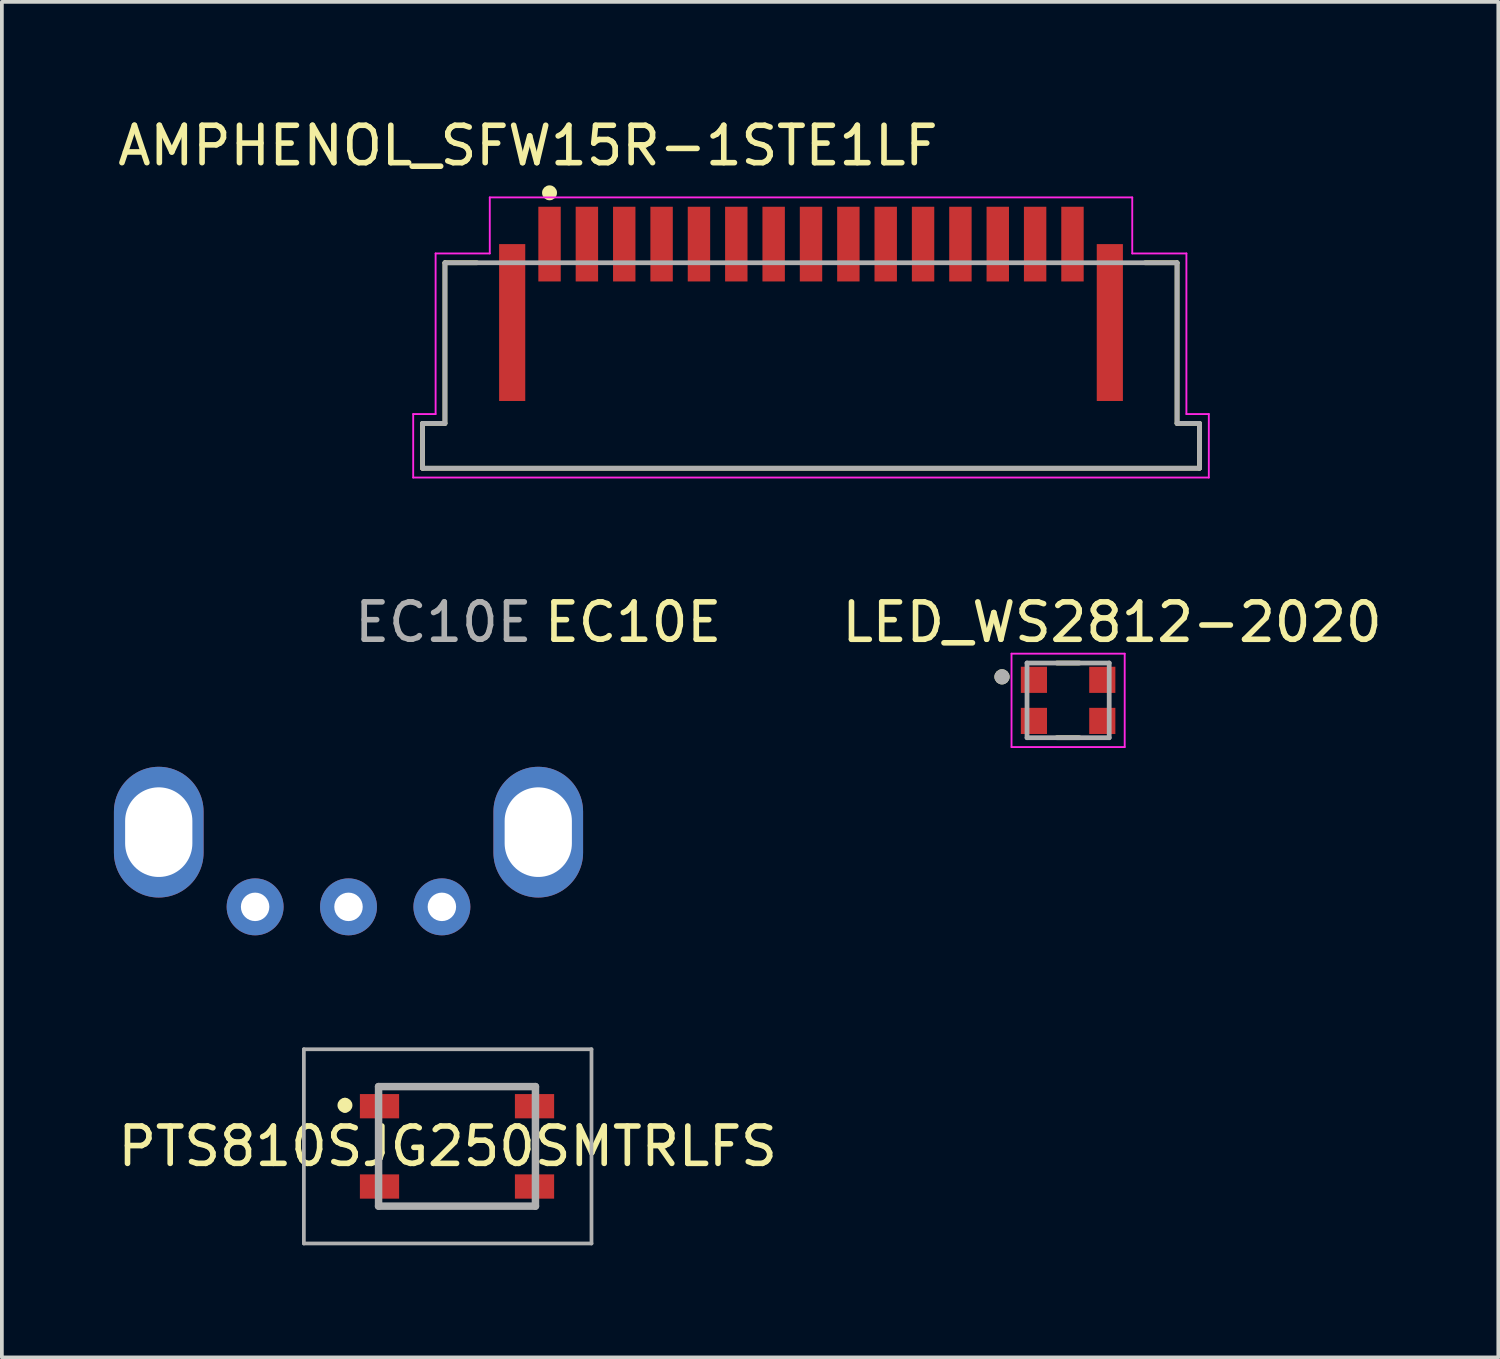
<source format=kicad_pcb>
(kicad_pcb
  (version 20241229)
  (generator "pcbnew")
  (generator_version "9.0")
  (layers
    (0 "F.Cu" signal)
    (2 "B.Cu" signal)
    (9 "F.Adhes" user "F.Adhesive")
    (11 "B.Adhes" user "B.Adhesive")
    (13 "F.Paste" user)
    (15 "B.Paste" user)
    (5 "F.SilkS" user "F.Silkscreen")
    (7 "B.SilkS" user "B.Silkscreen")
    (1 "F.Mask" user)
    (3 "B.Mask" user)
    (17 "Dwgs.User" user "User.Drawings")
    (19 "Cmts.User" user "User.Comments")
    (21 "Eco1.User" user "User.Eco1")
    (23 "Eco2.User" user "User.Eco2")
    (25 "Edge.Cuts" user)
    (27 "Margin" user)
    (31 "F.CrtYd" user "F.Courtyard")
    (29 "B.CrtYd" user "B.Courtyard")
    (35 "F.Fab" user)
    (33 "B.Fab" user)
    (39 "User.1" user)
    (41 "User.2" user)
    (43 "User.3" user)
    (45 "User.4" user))
  (footprint "PTS810SJG250SMTRLFS"
    (layer "F.Cu")
    (at 9.185 27.64)
    (property "Reference" "PTS810SJG250SMTRLFS" (at -0.25 0 0) (layer "F.SilkS") (effects (font (size 1 1) (thickness 0.15))))
    (attr through_hole)
    (fp_line (start -2.1 -1.6) (end 2.075 -1.6) (stroke (width 0.1) (type solid)) (layer "F.SilkS"))
    (fp_line (start -2.1 1.6) (end 2.075 1.6) (stroke (width 0.1) (type solid)) (layer "F.SilkS"))
    (fp_arc (start -3 -1.2) (mid -2.9 -1.1) (end -3 -1) (stroke (width 0.2) (type solid)) (layer "F.SilkS"))
    (fp_arc (start -3 -1) (mid -3.1 -1.1) (end -3 -1.2) (stroke (width 0.2) (type solid)) (layer "F.SilkS"))
    (fp_line (start -4.1 -2.6) (end 3.6 -2.6) (stroke (width 0.1) (type solid)) (layer "F.Fab"))
    (fp_line (start -4.1 2.6) (end -4.1 -2.6) (stroke (width 0.1) (type solid)) (layer "F.Fab"))
    (fp_line (start -2.1 -1.6) (end 2.1 -1.6) (stroke (width 0.2) (type solid)) (layer "F.Fab"))
    (fp_line (start -2.1 1.6) (end -2.1 -1.6) (stroke (width 0.2) (type solid)) (layer "F.Fab"))
    (fp_line (start 2.1 -1.6) (end 2.1 1.6) (stroke (width 0.2) (type solid)) (layer "F.Fab"))
    (fp_line (start 2.1 1.6) (end -2.1 1.6) (stroke (width 0.2) (type solid)) (layer "F.Fab"))
    (fp_line (start 3.6 -2.6) (end 3.6 2.6) (stroke (width 0.1) (type solid)) (layer "F.Fab"))
    (fp_line (start 3.6 2.6) (end -4.1 2.6) (stroke (width 0.1) (type solid)) (layer "F.Fab"))
    (pad "1" smd rect (at -2.075 -1.075) (size 1.05 0.65) (layers "F.Cu" "F.Mask" "F.Paste"))
    (pad "2" smd rect (at 2.075 -1.075) (size 1.05 0.65) (layers "F.Cu" "F.Mask" "F.Paste"))
    (pad "3" smd rect (at -2.075 1.075) (size 1.05 0.65) (layers "F.Cu" "F.Mask" "F.Paste"))
    (pad "4" smd rect (at 2.075 1.075) (size 1.05 0.65) (layers "F.Cu" "F.Mask" "F.Paste")))
  (footprint "AMPHENOL_SFW15R-1STE1LF"
    (layer "F.Cu")
    (at 18.662 3.485)
    (property "Reference" "AMPHENOL_SFW15R-1STE1LF" (at -7.579 -2.636 0) (layer "F.SilkS") (effects (font (size 1.001 1.001) (thickness 0.15))))
    (attr through_hole)
    (fp_line (start -10.4 4.8) (end -9.8 4.8) (stroke (width 0.127) (type solid)) (layer "F.SilkS"))
    (fp_line (start -10.4 6) (end -10.4 4.8) (stroke (width 0.127) (type solid)) (layer "F.SilkS"))
    (fp_line (start -9.8 0.5) (end -8.946 0.5) (stroke (width 0.127) (type solid)) (layer "F.SilkS"))
    (fp_line (start -9.8 4.8) (end -9.8 0.5) (stroke (width 0.127) (type solid)) (layer "F.SilkS"))
    (fp_line (start 9.8 0.5) (end 8.946 0.5) (stroke (width 0.127) (type solid)) (layer "F.SilkS"))
    (fp_line (start 9.8 0.5) (end 9.8 4.8) (stroke (width 0.127) (type solid)) (layer "F.SilkS"))
    (fp_line (start 9.8 4.8) (end 10.4 4.8) (stroke (width 0.127) (type solid)) (layer "F.SilkS"))
    (fp_line (start 10.4 4.8) (end 10.4 6) (stroke (width 0.127) (type solid)) (layer "F.SilkS"))
    (fp_line (start 10.4 6) (end -10.4 6) (stroke (width 0.127) (type solid)) (layer "F.SilkS"))
    (fp_circle (center -7 -1.373) (end -6.9 -1.373) (stroke (width 0.2) (type solid)) (fill no) (layer "F.SilkS"))
    (fp_line (start -10.65 4.55) (end -10.05 4.55) (stroke (width 0.05) (type solid)) (layer "F.CrtYd"))
    (fp_line (start -10.65 6.25) (end -10.65 4.55) (stroke (width 0.05) (type solid)) (layer "F.CrtYd"))
    (fp_line (start -10.05 0.25) (end -8.6 0.25) (stroke (width 0.05) (type solid)) (layer "F.CrtYd"))
    (fp_line (start -10.05 4.55) (end -10.05 0.25) (stroke (width 0.05) (type solid)) (layer "F.CrtYd"))
    (fp_line (start -8.6 -1.25) (end 8.6 -1.25) (stroke (width 0.05) (type solid)) (layer "F.CrtYd"))
    (fp_line (start -8.6 0.25) (end -8.6 -1.25) (stroke (width 0.05) (type solid)) (layer "F.CrtYd"))
    (fp_line (start 8.6 -1.25) (end 8.6 0.25) (stroke (width 0.05) (type solid)) (layer "F.CrtYd"))
    (fp_line (start 8.6 0.25) (end 10.05 0.25) (stroke (width 0.05) (type solid)) (layer "F.CrtYd"))
    (fp_line (start 10.05 0.25) (end 10.05 4.55) (stroke (width 0.05) (type solid)) (layer "F.CrtYd"))
    (fp_line (start 10.05 4.55) (end 10.65 4.55) (stroke (width 0.05) (type solid)) (layer "F.CrtYd"))
    (fp_line (start 10.65 4.55) (end 10.65 6.25) (stroke (width 0.05) (type solid)) (layer "F.CrtYd"))
    (fp_line (start 10.65 6.25) (end -10.65 6.25) (stroke (width 0.05) (type solid)) (layer "F.CrtYd"))
    (fp_line (start -10.4 4.8) (end -9.8 4.8) (stroke (width 0.127) (type solid)) (layer "F.Fab"))
    (fp_line (start -10.4 6) (end -10.4 4.8) (stroke (width 0.127) (type solid)) (layer "F.Fab"))
    (fp_line (start -9.8 0.5) (end 9.8 0.5) (stroke (width 0.127) (type solid)) (layer "F.Fab"))
    (fp_line (start -9.8 4.8) (end -9.8 0.5) (stroke (width 0.127) (type solid)) (layer "F.Fab"))
    (fp_line (start 9.8 0.5) (end 9.8 4.8) (stroke (width 0.127) (type solid)) (layer "F.Fab"))
    (fp_line (start 9.8 4.8) (end 10.4 4.8) (stroke (width 0.127) (type solid)) (layer "F.Fab"))
    (fp_line (start 10.4 4.8) (end 10.4 6) (stroke (width 0.127) (type solid)) (layer "F.Fab"))
    (fp_line (start 10.4 6) (end -10.4 6) (stroke (width 0.127) (type solid)) (layer "F.Fab"))
    (pad "1" smd rect (at -7 0) (size 0.6 2) (layers "F.Cu" "F.Mask" "F.Paste"))
    (pad "2" smd rect (at -6 0) (size 0.6 2) (layers "F.Cu" "F.Mask" "F.Paste"))
    (pad "3" smd rect (at -5 0) (size 0.6 2) (layers "F.Cu" "F.Mask" "F.Paste"))
    (pad "4" smd rect (at -4 0) (size 0.6 2) (layers "F.Cu" "F.Mask" "F.Paste"))
    (pad "5" smd rect (at -3 0) (size 0.6 2) (layers "F.Cu" "F.Mask" "F.Paste"))
    (pad "6" smd rect (at -2 0) (size 0.6 2) (layers "F.Cu" "F.Mask" "F.Paste"))
    (pad "7" smd rect (at -1 0) (size 0.6 2) (layers "F.Cu" "F.Mask" "F.Paste"))
    (pad "8" smd rect (at 0 0) (size 0.6 2) (layers "F.Cu" "F.Mask" "F.Paste"))
    (pad "9" smd rect (at 1 0) (size 0.6 2) (layers "F.Cu" "F.Mask" "F.Paste"))
    (pad "10" smd rect (at 2 0) (size 0.6 2) (layers "F.Cu" "F.Mask" "F.Paste"))
    (pad "11" smd rect (at 3 0) (size 0.6 2) (layers "F.Cu" "F.Mask" "F.Paste"))
    (pad "12" smd rect (at 4 0) (size 0.6 2) (layers "F.Cu" "F.Mask" "F.Paste"))
    (pad "13" smd rect (at 5 0) (size 0.6 2) (layers "F.Cu" "F.Mask" "F.Paste"))
    (pad "14" smd rect (at 6 0) (size 0.6 2) (layers "F.Cu" "F.Mask" "F.Paste"))
    (pad "15" smd rect (at 7 0) (size 0.6 2) (layers "F.Cu" "F.Mask" "F.Paste"))
    (pad "S1" smd rect (at -8 2.1) (size 0.7 4.2) (layers "F.Cu" "F.Mask" "F.Paste"))
    (pad "S2" smd rect (at 8 2.1) (size 0.7 4.2) (layers "F.Cu" "F.Mask" "F.Paste")))
  (footprint "LED_WS2812-2020"
    (layer "F.Cu")
    (at 25.545 15.7)
    (property "Reference" "LED_WS2812-2020" (at 1.177 -2.091 0) (layer "F.SilkS") (effects (font (size 1 1) (thickness 0.15))))
    (attr through_hole)
    (fp_line (start -0.3 -1) (end 0.3 -1) (stroke (width 0.127) (type solid)) (layer "F.SilkS"))
    (fp_line (start -0.3 1) (end 0.3 1) (stroke (width 0.127) (type solid)) (layer "F.SilkS"))
    (fp_circle (center -1.77 -0.63) (end -1.667 -0.63) (stroke (width 0.2) (type solid)) (fill no) (layer "F.SilkS"))
    (fp_line (start -1.515 -1.25) (end -1.515 1.25) (stroke (width 0.05) (type solid)) (layer "F.CrtYd"))
    (fp_line (start -1.515 1.25) (end 1.515 1.25) (stroke (width 0.05) (type solid)) (layer "F.CrtYd"))
    (fp_line (start 1.515 -1.25) (end -1.515 -1.25) (stroke (width 0.05) (type solid)) (layer "F.CrtYd"))
    (fp_line (start 1.515 1.25) (end 1.515 -1.25) (stroke (width 0.05) (type solid)) (layer "F.CrtYd"))
    (fp_line (start -1.1 -1) (end 1.1 -1) (stroke (width 0.127) (type solid)) (layer "F.Fab"))
    (fp_line (start -1.1 1) (end -1.1 -1) (stroke (width 0.127) (type solid)) (layer "F.Fab"))
    (fp_line (start 1.1 -1) (end 1.1 1) (stroke (width 0.127) (type solid)) (layer "F.Fab"))
    (fp_line (start 1.1 1) (end -1.1 1) (stroke (width 0.127) (type solid)) (layer "F.Fab"))
    (fp_circle (center -1.77 -0.63) (end -1.667 -0.63) (stroke (width 0.2) (type solid)) (fill no) (layer "F.Fab"))
    (pad "1" smd rect (at -0.915 -0.55) (size 0.7 0.7) (layers "F.Cu" "F.Mask" "F.Paste"))
    (pad "2" smd rect (at -0.915 0.55) (size 0.7 0.7) (layers "F.Cu" "F.Mask" "F.Paste"))
    (pad "3" smd rect (at 0.915 0.55) (size 0.7 0.7) (layers "F.Cu" "F.Mask" "F.Paste"))
    (pad "4" smd rect (at 0.915 -0.55) (size 0.7 0.7) (layers "F.Cu" "F.Mask" "F.Paste")))
  (footprint "EC10E"
    (layer "F.Cu")
    (at 6.28 21.228)
    (property "Reference" "EC10E" (at 7.62 -7.62 0) (unlocked yes) (layer "F.SilkS") (effects (font (size 1 1) (thickness 0.15))))
    (attr through_hole)
    (fp_text user "${REFERENCE}" (at 2.54 -7.62 0) (unlocked yes) (layer "F.Fab") (effects (font (size 1 1) (thickness 0.15))))
    (pad "7" thru_hole oval (at -5.08 -2) (size 2.4 3.5) (drill oval 1.8 2.4) (layers "*.Cu" "*.Mask"))
    (pad "7" thru_hole oval (at 5.08 -2) (size 2.4 3.5) (drill oval 1.8 2.4) (layers "*.Cu" "*.Mask"))
    (pad "A" thru_hole circle (at -2.5 0) (size 1.524 1.524) (drill 0.762) (layers "*.Cu" "*.Mask"))
    (pad "B" thru_hole circle (at 0 0) (size 1.524 1.524) (drill 0.762) (layers "*.Cu" "*.Mask"))
    (pad "C" thru_hole circle (at 2.5 0) (size 1.524 1.524) (drill 0.762) (layers "*.Cu" "*.Mask")))
  (gr_rect
    (start -3 -3)
    (end 37.062 33.29)
    (stroke (width 0.1) (type default))
    (fill no)
    (layer "Edge.Cuts")))
</source>
